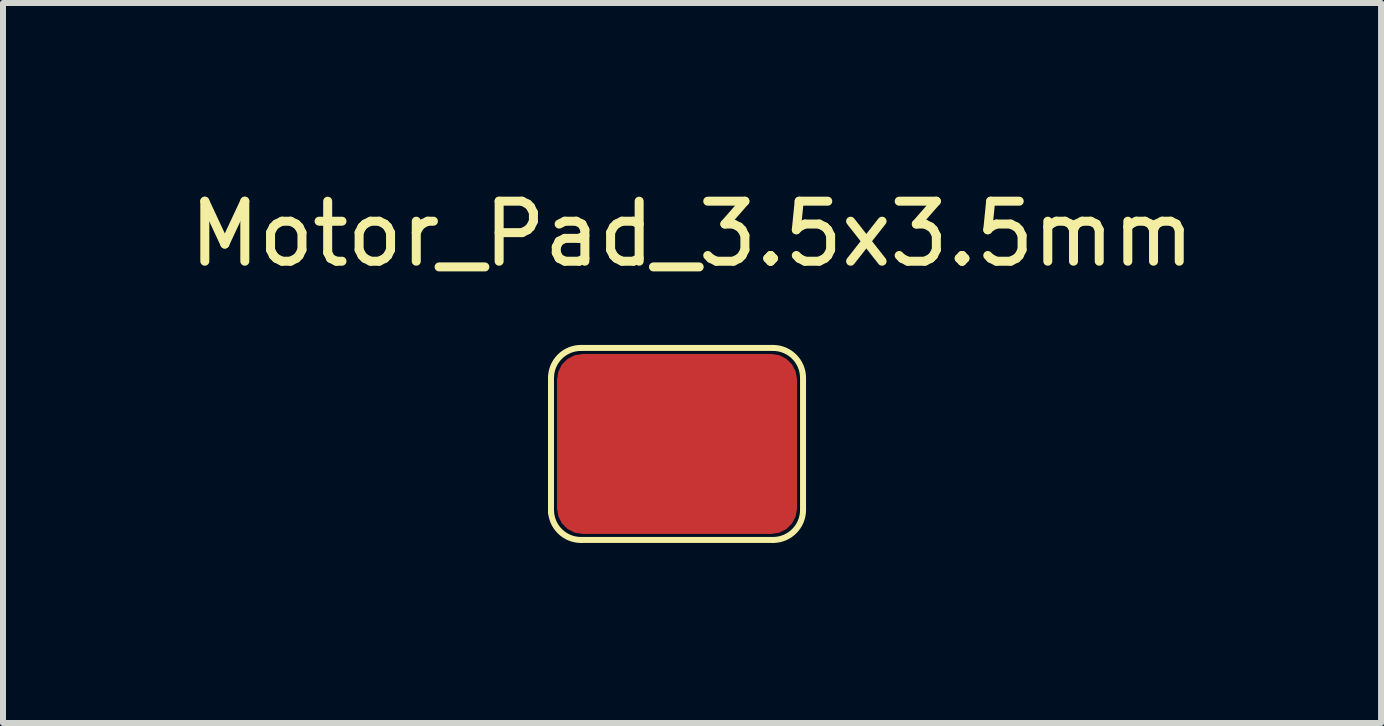
<source format=kicad_pcb>
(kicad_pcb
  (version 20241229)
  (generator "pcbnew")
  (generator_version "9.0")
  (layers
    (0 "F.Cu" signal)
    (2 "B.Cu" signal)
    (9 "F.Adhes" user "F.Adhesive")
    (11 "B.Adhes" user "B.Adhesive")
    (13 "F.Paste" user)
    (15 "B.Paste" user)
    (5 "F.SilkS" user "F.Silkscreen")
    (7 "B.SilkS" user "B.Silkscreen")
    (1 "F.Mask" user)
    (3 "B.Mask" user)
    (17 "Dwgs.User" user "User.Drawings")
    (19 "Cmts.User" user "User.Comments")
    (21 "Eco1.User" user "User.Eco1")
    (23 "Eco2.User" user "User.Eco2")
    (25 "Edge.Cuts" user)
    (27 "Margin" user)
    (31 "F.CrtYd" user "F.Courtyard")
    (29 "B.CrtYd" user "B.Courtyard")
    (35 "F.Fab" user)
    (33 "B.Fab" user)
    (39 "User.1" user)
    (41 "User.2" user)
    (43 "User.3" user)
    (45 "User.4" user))
  (footprint "Motor_Pad_3.5x3.5mm"
    (layer "F.Cu")
    (at 8.232 4.348)
    (property "Reference" "Motor_Pad_3.5x3.5mm" (at 0.25 -3.5 0) (layer "F.SilkS") (effects (font (size 1 1) (thickness 0.15))))
    (attr exclude_from_pos_files exclude_from_bom)
    (fp_line (start -2.1 1.146) (end -2.1 -1.1) (stroke (width 0.1) (type default)) (layer "F.SilkS"))
    (fp_line (start -1.6 -1.6) (end 1.6 -1.6) (stroke (width 0.1) (type default)) (layer "F.SilkS"))
    (fp_line (start 1.6 1.6) (end -1.6 1.6) (stroke (width 0.1) (type default)) (layer "F.SilkS"))
    (fp_line (start 2.1 -1.1) (end 2.1 1.1) (stroke (width 0.1) (type default)) (layer "F.SilkS"))
    (fp_arc (start -2.1 -1.1) (mid -1.953553 -1.453553) (end -1.6 -1.6) (stroke (width 0.1) (type default)) (layer "F.SilkS"))
    (fp_arc (start -1.6 1.6) (mid -1.953553 1.453553) (end -2.1 1.1) (stroke (width 0.1) (type default)) (layer "F.SilkS"))
    (fp_arc (start 1.6 -1.6) (mid 1.953553 -1.453553) (end 2.1 -1.1) (stroke (width 0.1) (type default)) (layer "F.SilkS"))
    (fp_arc (start 2.1 1.1) (mid 1.953553 1.453553) (end 1.6 1.6) (stroke (width 0.1) (type default)) (layer "F.SilkS"))
    (pad "1" smd roundrect (at 0 0) (size 4 3) (layers "F.Cu" "F.Mask") (roundrect_rratio 0.143)))
  (gr_rect
    (start -3 -3)
    (end 19.964 8.998)
    (stroke (width 0.1) (type default))
    (fill no)
    (layer "Edge.Cuts")))
</source>
